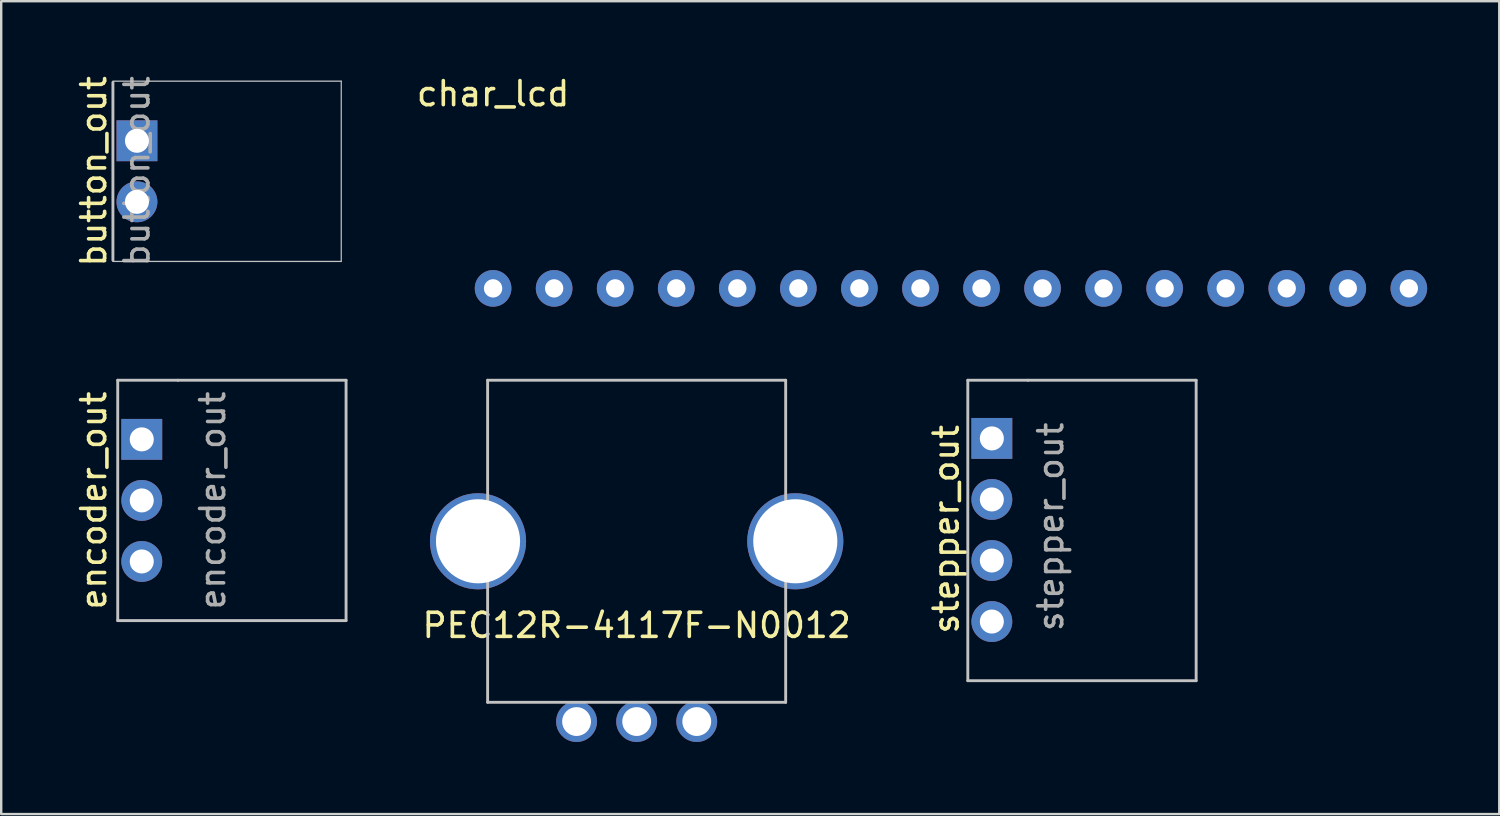
<source format=kicad_pcb>
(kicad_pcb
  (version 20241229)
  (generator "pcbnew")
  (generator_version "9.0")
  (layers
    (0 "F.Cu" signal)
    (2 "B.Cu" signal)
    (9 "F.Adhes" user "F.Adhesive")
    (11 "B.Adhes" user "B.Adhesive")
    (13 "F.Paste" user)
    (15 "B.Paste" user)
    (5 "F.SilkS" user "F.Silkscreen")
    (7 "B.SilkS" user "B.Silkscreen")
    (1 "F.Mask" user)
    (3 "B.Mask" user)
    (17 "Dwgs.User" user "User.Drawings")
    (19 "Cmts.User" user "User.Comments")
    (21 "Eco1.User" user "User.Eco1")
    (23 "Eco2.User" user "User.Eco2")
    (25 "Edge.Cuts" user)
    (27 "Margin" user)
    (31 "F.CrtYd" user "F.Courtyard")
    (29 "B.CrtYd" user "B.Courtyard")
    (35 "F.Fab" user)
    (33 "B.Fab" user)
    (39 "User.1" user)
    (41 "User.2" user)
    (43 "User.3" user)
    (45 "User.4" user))
  (footprint "stepper_out"
    (layer "F.Cu")
    (at 38.216 18.97)
    (property "Reference" "stepper_out" (at -1.9 0 90) (layer "F.SilkS") (effects (font (size 1 1) (thickness 0.15))))
    (attr through_hole)
    (fp_line (start -1 -6.2) (end -1 6.3) (stroke (width 0.12) (type solid)) (layer "Dwgs.User"))
    (fp_line (start -1 6.3) (end 8.5 6.3) (stroke (width 0.12) (type solid)) (layer "Dwgs.User"))
    (fp_line (start 1.5 -6.2) (end -1 -6.2) (stroke (width 0.12) (type solid)) (layer "Dwgs.User"))
    (fp_line (start 8.5 -6.2) (end 1.5 -6.2) (stroke (width 0.12) (type solid)) (layer "Dwgs.User"))
    (fp_line (start 8.5 6.3) (end 8.5 -6.2) (stroke (width 0.12) (type solid)) (layer "Dwgs.User"))
    (fp_text user "${REFERENCE}" (at 2.45 -0.1 270) (layer "F.Fab") (effects (font (size 1 1) (thickness 0.15))))
    (pad "1" thru_hole rect (at 0 -3.78) (size 1.7 1.7) (drill 1) (layers "*.Cu" "*.Mask"))
    (pad "2" thru_hole oval (at 0 -1.24) (size 1.7 1.7) (drill 1) (layers "*.Cu" "*.Mask"))
    (pad "3" thru_hole oval (at 0 1.3) (size 1.7 1.7) (drill 1) (layers "*.Cu" "*.Mask"))
    (pad "4" thru_hole oval (at 0 3.84) (size 1.7 1.7) (drill 1) (layers "*.Cu" "*.Mask")))
  (footprint "encoder_out"
    (layer "F.Cu")
    (at 2.848 17.77)
    (property "Reference" "encoder_out" (at -2 0 90) (layer "F.SilkS") (effects (font (size 1 1) (thickness 0.15))))
    (attr through_hole)
    (fp_line (start -1 -5) (end -1 5) (stroke (width 0.12) (type solid)) (layer "Dwgs.User"))
    (fp_line (start -1 5) (end 8.5 5) (stroke (width 0.12) (type solid)) (layer "Dwgs.User"))
    (fp_line (start 1.5 -5) (end -1 -5) (stroke (width 0.12) (type solid)) (layer "Dwgs.User"))
    (fp_line (start 8.5 -5) (end 1.5 -5) (stroke (width 0.12) (type solid)) (layer "Dwgs.User"))
    (fp_line (start 8.5 5) (end 8.5 -5) (stroke (width 0.12) (type solid)) (layer "Dwgs.User"))
    (fp_text user "${REFERENCE}" (at 2.95 0 270) (layer "F.Fab") (effects (font (size 1 1) (thickness 0.15))))
    (pad "1" thru_hole rect (at 0 -2.54) (size 1.7 1.7) (drill 1) (layers "*.Cu" "*.Mask"))
    (pad "2" thru_hole oval (at 0 0) (size 1.7 1.7) (drill 1) (layers "*.Cu" "*.Mask"))
    (pad "3" thru_hole oval (at 0 2.54) (size 1.7 1.7) (drill 1) (layers "*.Cu" "*.Mask")))
  (footprint "char_lcd"
    (layer "F.Cu")
    (at 17.465 8.948)
    (property "Reference" "char_lcd" (at 0 -8.1 0) (layer "F.SilkS") (effects (font (size 1 1) (thickness 0.15))))
    (attr through_hole)
    (pad "1" thru_hole circle (at 0 0) (size 1.524 1.524) (drill 0.762) (layers "*.Cu" "*.Mask"))
    (pad "2" thru_hole circle (at 2.54 0) (size 1.524 1.524) (drill 0.762) (layers "*.Cu" "*.Mask"))
    (pad "3" thru_hole circle (at 5.08 0) (size 1.524 1.524) (drill 0.762) (layers "*.Cu" "*.Mask"))
    (pad "4" thru_hole circle (at 7.62 0) (size 1.524 1.524) (drill 0.762) (layers "*.Cu" "*.Mask"))
    (pad "5" thru_hole circle (at 10.16 0) (size 1.524 1.524) (drill 0.762) (layers "*.Cu" "*.Mask"))
    (pad "6" thru_hole circle (at 12.7 0) (size 1.524 1.524) (drill 0.762) (layers "*.Cu" "*.Mask"))
    (pad "7" thru_hole circle (at 15.24 0) (size 1.524 1.524) (drill 0.762) (layers "*.Cu" "*.Mask"))
    (pad "8" thru_hole circle (at 17.78 0) (size 1.524 1.524) (drill 0.762) (layers "*.Cu" "*.Mask"))
    (pad "9" thru_hole circle (at 20.32 0) (size 1.524 1.524) (drill 0.762) (layers "*.Cu" "*.Mask"))
    (pad "10" thru_hole circle (at 22.86 0) (size 1.524 1.524) (drill 0.762) (layers "*.Cu" "*.Mask"))
    (pad "11" thru_hole circle (at 25.4 0) (size 1.524 1.524) (drill 0.762) (layers "*.Cu" "*.Mask"))
    (pad "12" thru_hole circle (at 27.94 0) (size 1.524 1.524) (drill 0.762) (layers "*.Cu" "*.Mask"))
    (pad "13" thru_hole circle (at 30.48 0) (size 1.524 1.524) (drill 0.762) (layers "*.Cu" "*.Mask"))
    (pad "14" thru_hole circle (at 33.02 0) (size 1.524 1.524) (drill 0.762) (layers "*.Cu" "*.Mask"))
    (pad "15" thru_hole circle (at 35.56 0) (size 1.524 1.524) (drill 0.762) (layers "*.Cu" "*.Mask"))
    (pad "16" thru_hole circle (at 38.1 0) (size 1.524 1.524) (drill 0.762) (layers "*.Cu" "*.Mask")))
  (footprint "PEC12R-4117F-N0012"
    (layer "F.Cu")
    (at 23.438 26.97)
    (property "Reference" "PEC12R-4117F-N0012" (at 0 -4 0) (layer "F.SilkS") (effects (font (size 1 1) (thickness 0.15))))
    (attr through_hole)
    (fp_line (start -6.2 -14.2) (end -6.2 -0.8) (stroke (width 0.12) (type solid)) (layer "Dwgs.User"))
    (fp_line (start -6.2 -0.8) (end 6.2 -0.8) (stroke (width 0.12) (type solid)) (layer "Dwgs.User"))
    (fp_line (start 6.2 -14.2) (end -6.2 -14.2) (stroke (width 0.12) (type solid)) (layer "Dwgs.User"))
    (fp_line (start 6.2 -0.8) (end 6.2 -14.2) (stroke (width 0.12) (type solid)) (layer "Dwgs.User"))
    (pad "" thru_hole circle (at -6.6 -7.5) (size 4 4) (drill 3.5) (layers "*.Cu" "*.Mask"))
    (pad "" thru_hole circle (at 6.6 -7.5) (size 4 4) (drill 3.5) (layers "*.Cu" "*.Mask"))
    (pad "1" thru_hole circle (at -2.5 0) (size 1.7 1.7) (drill 1.2) (layers "*.Cu" "*.Mask"))
    (pad "2" thru_hole circle (at 0 0) (size 1.7 1.7) (drill 1.2) (layers "*.Cu" "*.Mask"))
    (pad "3" thru_hole circle (at 2.5 0) (size 1.7 1.7) (drill 1.2) (layers "*.Cu" "*.Mask")))
  (footprint "button_out"
    (layer "F.Cu")
    (at 2.648 4.077)
    (property "Reference" "button_out" (at -1.8 0 90) (layer "F.SilkS") (effects (font (size 1 1) (thickness 0.15))))
    (attr through_hole)
    (fp_line (start -1 -3.7) (end -1 3.7) (stroke (width 0.12) (type solid)) (layer "Dwgs.User"))
    (fp_line (start -1 3.75) (end 8.5 3.75) (stroke (width 0.05) (type solid)) (layer "Dwgs.User"))
    (fp_line (start 8.5 -3.75) (end -1 -3.75) (stroke (width 0.05) (type solid)) (layer "Dwgs.User"))
    (fp_line (start 8.5 3.75) (end 8.5 -3.75) (stroke (width 0.05) (type solid)) (layer "Dwgs.User"))
    (fp_text user "${REFERENCE}" (at 0 0 270) (layer "F.Fab") (effects (font (size 1 1) (thickness 0.15))))
    (pad "1" thru_hole rect (at 0 -1.27) (size 1.7 1.7) (drill 1) (layers "*.Cu" "*.Mask"))
    (pad "2" thru_hole oval (at 0 1.27) (size 1.7 1.7) (drill 1) (layers "*.Cu" "*.Mask")))
  (gr_rect
    (start -3 -3)
    (end 59.327 30.82)
    (stroke (width 0.1) (type default))
    (fill no)
    (layer "Edge.Cuts")))
</source>
